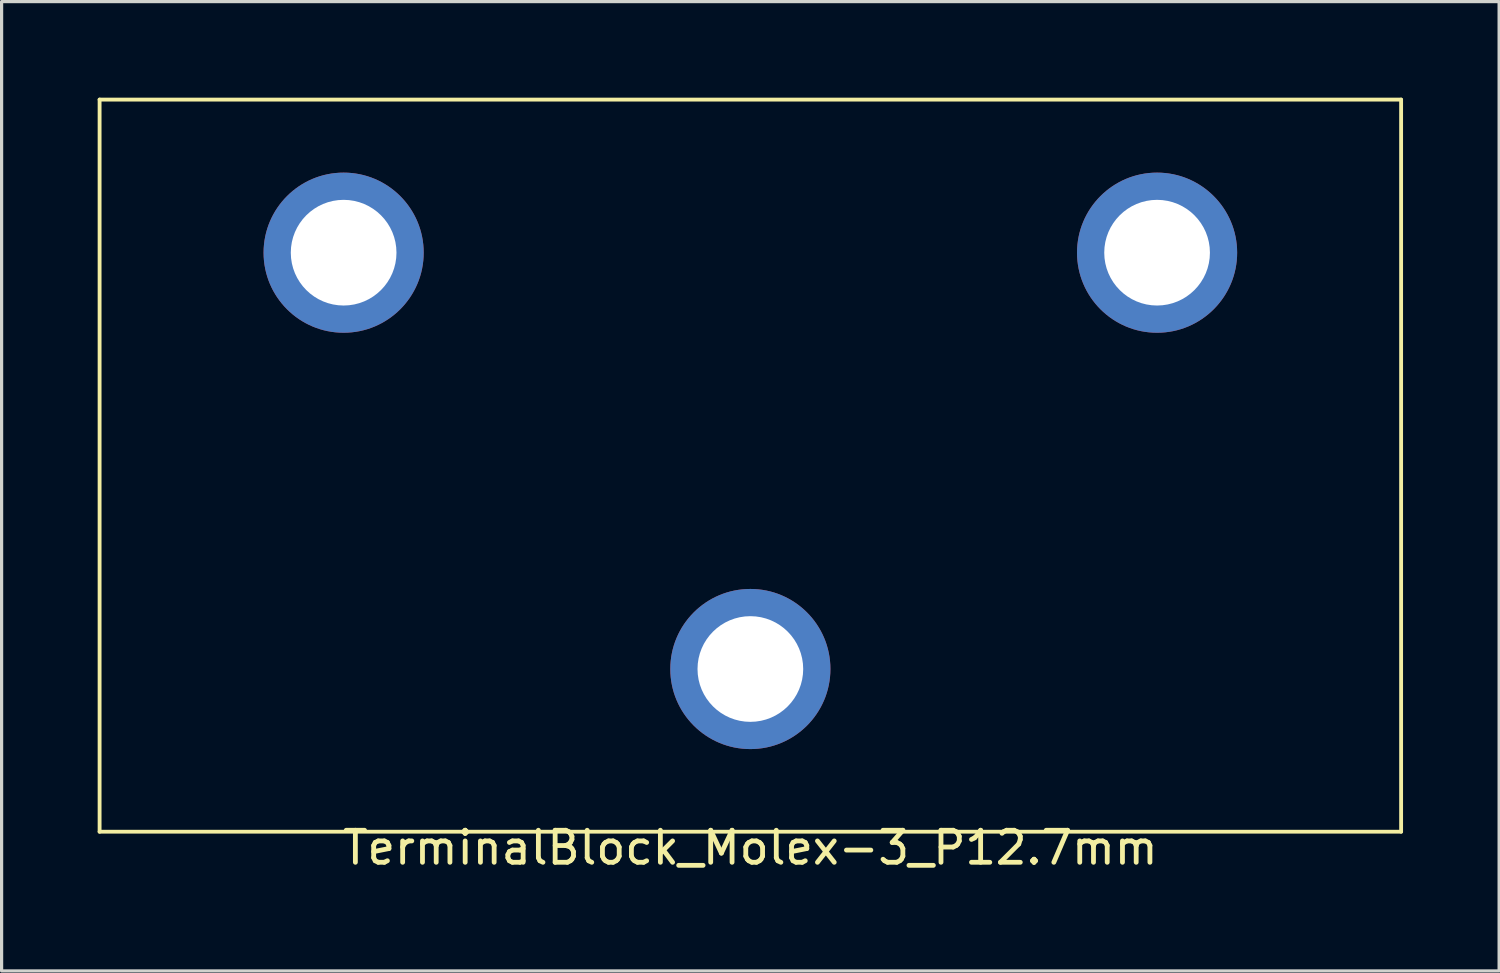
<source format=kicad_pcb>
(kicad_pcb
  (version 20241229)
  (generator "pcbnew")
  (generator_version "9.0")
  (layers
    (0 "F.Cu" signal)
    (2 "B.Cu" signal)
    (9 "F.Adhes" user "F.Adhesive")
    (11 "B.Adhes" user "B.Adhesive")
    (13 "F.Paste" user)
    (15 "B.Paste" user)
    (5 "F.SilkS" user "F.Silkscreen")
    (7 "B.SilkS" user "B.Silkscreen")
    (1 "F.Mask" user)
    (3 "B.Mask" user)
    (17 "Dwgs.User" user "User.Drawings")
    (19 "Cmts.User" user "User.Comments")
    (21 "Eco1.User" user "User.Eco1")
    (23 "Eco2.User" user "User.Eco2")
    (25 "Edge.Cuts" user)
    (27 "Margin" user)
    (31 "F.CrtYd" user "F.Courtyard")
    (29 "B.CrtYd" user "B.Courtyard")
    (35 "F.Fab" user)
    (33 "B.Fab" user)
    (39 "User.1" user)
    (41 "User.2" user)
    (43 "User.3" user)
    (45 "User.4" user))
  (footprint "TerminalBlock_Molex-3_P12.7mm"
    (layer "F.Cu")
    (at 20.38 22.92)
    (property "Reference" "TerminalBlock_Molex-3_P12.7mm" (at 0 0.5 0) (layer "F.SilkS") (effects (font (size 1 1) (thickness 0.15))))
    (attr through_hole)
    (fp_line (start -20.32 -22.86) (end 20.32 -22.86) (stroke (width 0.12) (type solid)) (layer "F.SilkS"))
    (fp_line (start -20.32 0) (end -20.32 -22.86) (stroke (width 0.12) (type solid)) (layer "F.SilkS"))
    (fp_line (start 20.32 -22.86) (end 20.32 0) (stroke (width 0.12) (type solid)) (layer "F.SilkS"))
    (fp_line (start 20.32 0) (end -20.32 0) (stroke (width 0.12) (type solid)) (layer "F.SilkS"))
    (pad "1" thru_hole circle (at -12.7 -18.08) (size 5 5) (drill 3.3) (layers "*.Cu" "*.Mask"))
    (pad "2" thru_hole circle (at 0 -5.08) (size 5 5) (drill 3.3) (layers "*.Cu" "*.Mask"))
    (pad "3" thru_hole circle (at 12.7 -18.08) (size 5 5) (drill 3.3) (layers "*.Cu" "*.Mask")))
  (gr_rect
    (start -3 -3)
    (end 43.76 27.268)
    (stroke (width 0.1) (type default))
    (fill no)
    (layer "Edge.Cuts")))
</source>
